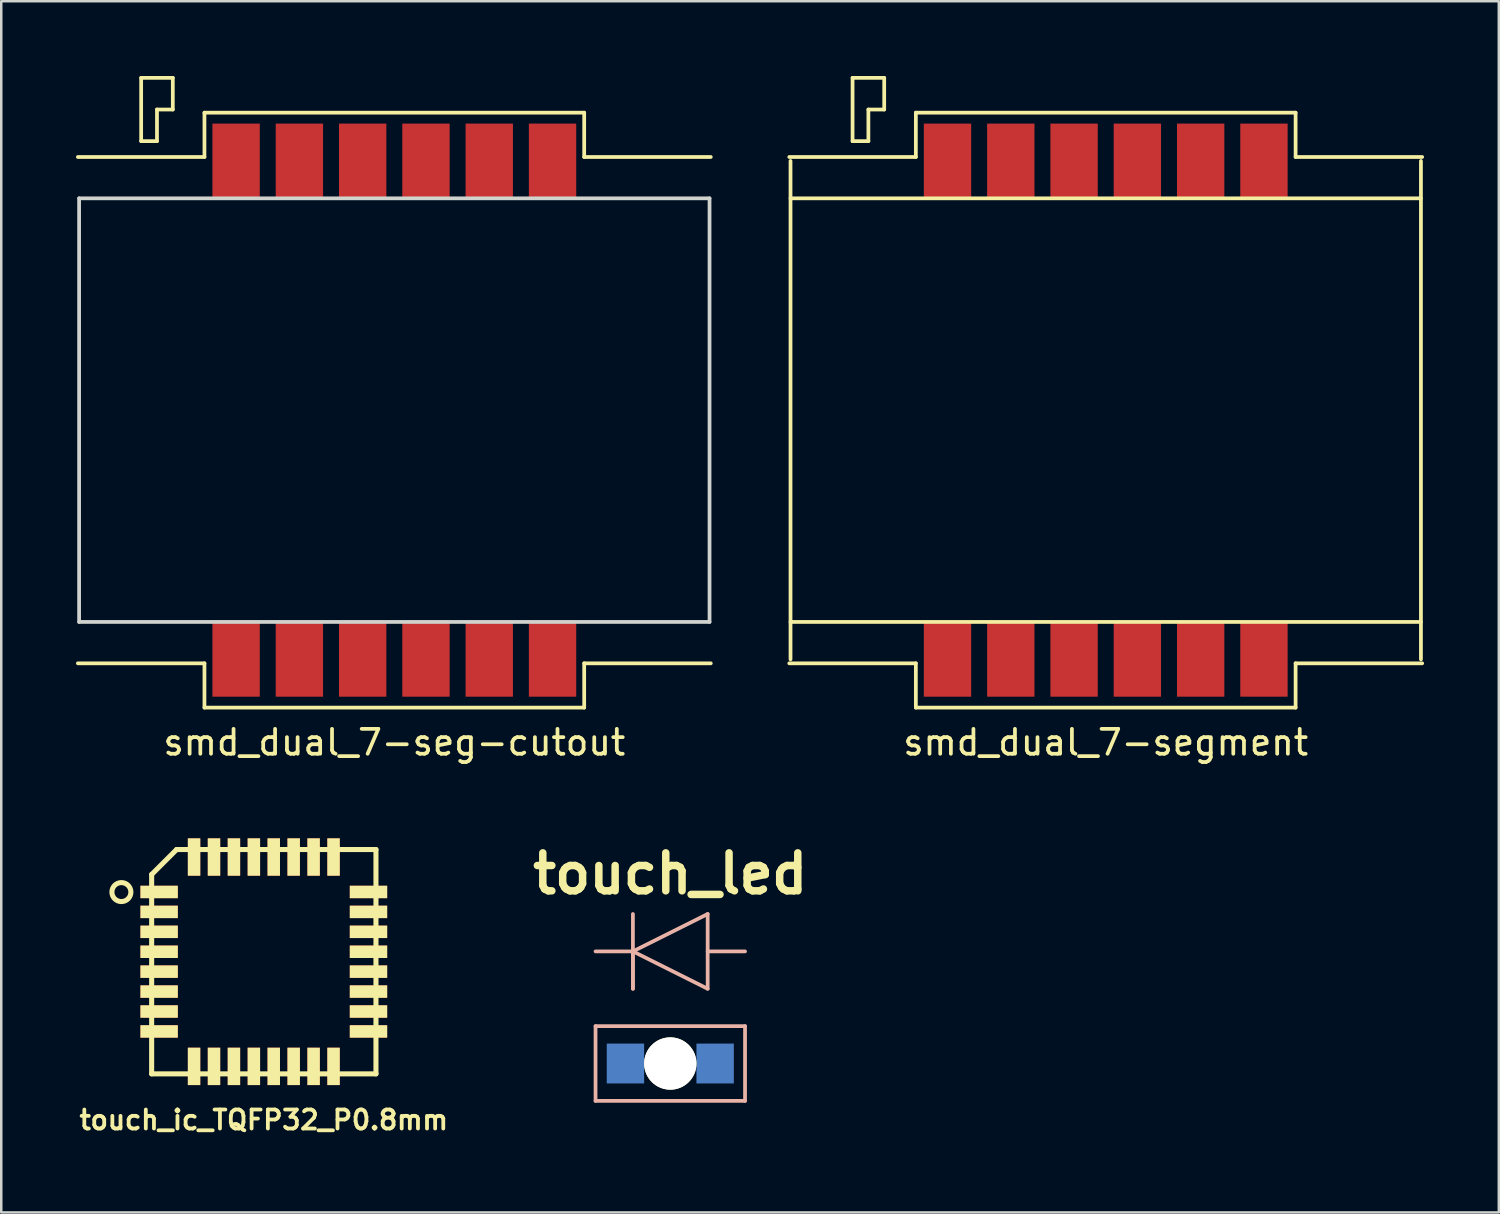
<source format=kicad_pcb>
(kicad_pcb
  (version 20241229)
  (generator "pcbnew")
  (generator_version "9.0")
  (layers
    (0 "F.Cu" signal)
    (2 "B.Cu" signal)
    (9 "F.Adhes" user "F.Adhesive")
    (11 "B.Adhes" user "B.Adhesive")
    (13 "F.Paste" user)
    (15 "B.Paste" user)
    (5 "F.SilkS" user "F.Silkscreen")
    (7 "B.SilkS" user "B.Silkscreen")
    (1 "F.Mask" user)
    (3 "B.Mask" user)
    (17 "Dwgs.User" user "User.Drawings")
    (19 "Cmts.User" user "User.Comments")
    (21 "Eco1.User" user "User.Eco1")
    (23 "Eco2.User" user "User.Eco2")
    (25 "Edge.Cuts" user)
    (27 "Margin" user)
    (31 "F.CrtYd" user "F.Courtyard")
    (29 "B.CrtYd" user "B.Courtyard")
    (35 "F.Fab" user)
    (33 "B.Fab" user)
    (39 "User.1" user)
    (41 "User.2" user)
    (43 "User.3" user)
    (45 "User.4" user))
  (footprint "smd_dual_7-segment"
    (layer "F.Cu")
    (at 41.325 13.41)
    (property "Reference" "smd_dual_7-segment" (at 0 13.335 0) (layer "F.SilkS") (effects (font (size 1 1) (thickness 0.15))))
    (attr through_hole)
    (fp_line (start -12.7 -10.16) (end -7.62 -10.16) (stroke (width 0.15) (type solid)) (layer "F.SilkS"))
    (fp_line (start -12.7 10.16) (end -7.62 10.16) (stroke (width 0.15) (type solid)) (layer "F.SilkS"))
    (fp_line (start -12.65 -10) (end -12.65 10) (stroke (width 0.15) (type solid)) (layer "F.SilkS"))
    (fp_line (start -10.16 -13.335) (end -8.89 -13.335) (stroke (width 0.15) (type solid)) (layer "F.SilkS"))
    (fp_line (start -10.16 -10.795) (end -10.16 -13.335) (stroke (width 0.15) (type solid)) (layer "F.SilkS"))
    (fp_line (start -9.525 -12.065) (end -9.525 -10.795) (stroke (width 0.15) (type solid)) (layer "F.SilkS"))
    (fp_line (start -9.525 -10.795) (end -10.16 -10.795) (stroke (width 0.15) (type solid)) (layer "F.SilkS"))
    (fp_line (start -8.89 -13.335) (end -8.89 -12.065) (stroke (width 0.15) (type solid)) (layer "F.SilkS"))
    (fp_line (start -8.89 -12.065) (end -9.525 -12.065) (stroke (width 0.15) (type solid)) (layer "F.SilkS"))
    (fp_line (start -7.62 -11.938) (end 7.62 -11.938) (stroke (width 0.15) (type solid)) (layer "F.SilkS"))
    (fp_line (start -7.62 -10.16) (end -7.62 -11.938) (stroke (width 0.15) (type solid)) (layer "F.SilkS"))
    (fp_line (start -7.62 10.16) (end -7.62 11.938) (stroke (width 0.15) (type solid)) (layer "F.SilkS"))
    (fp_line (start -7.62 11.938) (end 7.62 11.938) (stroke (width 0.15) (type solid)) (layer "F.SilkS"))
    (fp_line (start 7.62 -11.938) (end 7.62 -10.16) (stroke (width 0.15) (type solid)) (layer "F.SilkS"))
    (fp_line (start 7.62 -10.16) (end 12.7 -10.16) (stroke (width 0.15) (type solid)) (layer "F.SilkS"))
    (fp_line (start 7.62 10.16) (end 12.7 10.16) (stroke (width 0.15) (type solid)) (layer "F.SilkS"))
    (fp_line (start 7.62 11.938) (end 7.62 10.16) (stroke (width 0.15) (type solid)) (layer "F.SilkS"))
    (fp_line (start 12.65 -8.5) (end -12.65 -8.5) (stroke (width 0.15) (type solid)) (layer "F.SilkS"))
    (fp_line (start 12.65 8.5) (end -12.65 8.5) (stroke (width 0.15) (type solid)) (layer "F.SilkS"))
    (fp_line (start 12.65 10) (end 12.65 -10) (stroke (width 0.15) (type solid)) (layer "F.SilkS"))
    (pad "1" smd rect (at -6.35 -10) (size 1.9 3) (layers "F.Cu" "F.Mask" "F.Paste"))
    (pad "2" smd rect (at -3.81 -10) (size 1.9 3) (layers "F.Cu" "F.Mask" "F.Paste"))
    (pad "3" smd rect (at -1.27 -10) (size 1.9 3) (layers "F.Cu" "F.Mask" "F.Paste"))
    (pad "4" smd rect (at 1.27 -10) (size 1.9 3) (layers "F.Cu" "F.Mask" "F.Paste"))
    (pad "5" smd rect (at 3.81 -10) (size 1.9 3) (layers "F.Cu" "F.Mask" "F.Paste"))
    (pad "6" smd rect (at 6.35 -10) (size 1.9 3) (layers "F.Cu" "F.Mask" "F.Paste"))
    (pad "7" smd rect (at 6.35 10) (size 1.9 3) (layers "F.Cu" "F.Mask" "F.Paste"))
    (pad "8" smd rect (at 3.81 10) (size 1.9 3) (layers "F.Cu" "F.Mask" "F.Paste"))
    (pad "9" smd rect (at 1.27 10) (size 1.9 3) (layers "F.Cu" "F.Mask" "F.Paste"))
    (pad "10" smd rect (at -1.27 10) (size 1.9 3) (layers "F.Cu" "F.Mask" "F.Paste"))
    (pad "11" smd rect (at -3.81 10) (size 1.9 3) (layers "F.Cu" "F.Mask" "F.Paste"))
    (pad "12" smd rect (at -6.35 10) (size 1.9 3) (layers "F.Cu" "F.Mask" "F.Paste")))
  (footprint "smd_dual_7-seg-cutout"
    (layer "F.Cu")
    (at 12.775 13.41)
    (property "Reference" "smd_dual_7-seg-cutout" (at 0 13.335 0) (layer "F.SilkS") (effects (font (size 1 1) (thickness 0.15))))
    (attr through_hole)
    (fp_line (start -12.7 -10.16) (end -7.62 -10.16) (stroke (width 0.15) (type solid)) (layer "F.SilkS"))
    (fp_line (start -12.7 10.16) (end -7.62 10.16) (stroke (width 0.15) (type solid)) (layer "F.SilkS"))
    (fp_line (start -10.16 -13.335) (end -8.89 -13.335) (stroke (width 0.15) (type solid)) (layer "F.SilkS"))
    (fp_line (start -10.16 -10.795) (end -10.16 -13.335) (stroke (width 0.15) (type solid)) (layer "F.SilkS"))
    (fp_line (start -9.525 -12.065) (end -9.525 -10.795) (stroke (width 0.15) (type solid)) (layer "F.SilkS"))
    (fp_line (start -9.525 -10.795) (end -10.16 -10.795) (stroke (width 0.15) (type solid)) (layer "F.SilkS"))
    (fp_line (start -8.89 -13.335) (end -8.89 -12.065) (stroke (width 0.15) (type solid)) (layer "F.SilkS"))
    (fp_line (start -8.89 -12.065) (end -9.525 -12.065) (stroke (width 0.15) (type solid)) (layer "F.SilkS"))
    (fp_line (start -7.62 -11.938) (end 7.62 -11.938) (stroke (width 0.15) (type solid)) (layer "F.SilkS"))
    (fp_line (start -7.62 -10.16) (end -7.62 -11.938) (stroke (width 0.15) (type solid)) (layer "F.SilkS"))
    (fp_line (start -7.62 10.16) (end -7.62 11.938) (stroke (width 0.15) (type solid)) (layer "F.SilkS"))
    (fp_line (start -7.62 11.938) (end 7.62 11.938) (stroke (width 0.15) (type solid)) (layer "F.SilkS"))
    (fp_line (start 7.62 -11.938) (end 7.62 -10.16) (stroke (width 0.15) (type solid)) (layer "F.SilkS"))
    (fp_line (start 7.62 -10.16) (end 12.7 -10.16) (stroke (width 0.15) (type solid)) (layer "F.SilkS"))
    (fp_line (start 7.62 10.16) (end 12.7 10.16) (stroke (width 0.15) (type solid)) (layer "F.SilkS"))
    (fp_line (start 7.62 11.938) (end 7.62 10.16) (stroke (width 0.15) (type solid)) (layer "F.SilkS"))
    (fp_line (start -12.65 -8.5) (end -12.65 8.5) (stroke (width 0.15) (type solid)) (layer "Edge.Cuts"))
    (fp_line (start 12.65 -8.5) (end -12.65 -8.5) (stroke (width 0.15) (type solid)) (layer "Edge.Cuts"))
    (fp_line (start 12.65 8.5) (end -12.65 8.5) (stroke (width 0.15) (type solid)) (layer "Edge.Cuts"))
    (fp_line (start 12.65 8.5) (end 12.65 -8.5) (stroke (width 0.15) (type solid)) (layer "Edge.Cuts"))
    (pad "1" smd rect (at -6.35 -10) (size 1.9 3) (layers "F.Cu" "F.Mask" "F.Paste"))
    (pad "2" smd rect (at -3.81 -10) (size 1.9 3) (layers "F.Cu" "F.Mask" "F.Paste"))
    (pad "3" smd rect (at -1.27 -10) (size 1.9 3) (layers "F.Cu" "F.Mask" "F.Paste"))
    (pad "4" smd rect (at 1.27 -10) (size 1.9 3) (layers "F.Cu" "F.Mask" "F.Paste"))
    (pad "5" smd rect (at 3.81 -10) (size 1.9 3) (layers "F.Cu" "F.Mask" "F.Paste"))
    (pad "6" smd rect (at 6.35 -10) (size 1.9 3) (layers "F.Cu" "F.Mask" "F.Paste"))
    (pad "7" smd rect (at 6.35 10) (size 1.9 3) (layers "F.Cu" "F.Mask" "F.Paste"))
    (pad "8" smd rect (at 3.81 10) (size 1.9 3) (layers "F.Cu" "F.Mask" "F.Paste"))
    (pad "9" smd rect (at 1.27 10) (size 1.9 3) (layers "F.Cu" "F.Mask" "F.Paste"))
    (pad "10" smd rect (at -1.27 10) (size 1.9 3) (layers "F.Cu" "F.Mask" "F.Paste"))
    (pad "11" smd rect (at -3.81 10) (size 1.9 3) (layers "F.Cu" "F.Mask" "F.Paste"))
    (pad "12" smd rect (at -6.35 10) (size 1.9 3) (layers "F.Cu" "F.Mask" "F.Paste")))
  (footprint "touch_ic_TQFP32_P0.8mm"
    (layer "F.Cu")
    (at 7.537 35.545)
    (property "Reference" "touch_ic_TQFP32_P0.8mm" (at 0 6.35 0) (layer "F.SilkS") (effects (font (size 0.762 0.762) (thickness 0.152))))
    (attr through_hole)
    (fp_line (start -4.501 -3.5) (end -3.5 -4.501) (stroke (width 0.203) (type solid)) (layer "F.SilkS"))
    (fp_line (start -4.501 4.501) (end -4.501 -3.5) (stroke (width 0.203) (type solid)) (layer "F.SilkS"))
    (fp_line (start -3.5 -4.501) (end 4.501 -4.501) (stroke (width 0.203) (type solid)) (layer "F.SilkS"))
    (fp_line (start 4.501 -4.501) (end 4.501 4.501) (stroke (width 0.203) (type solid)) (layer "F.SilkS"))
    (fp_line (start 4.501 4.501) (end -4.501 4.501) (stroke (width 0.203) (type solid)) (layer "F.SilkS"))
    (fp_circle (center -5.715 -2.794) (end -5.334 -2.794) (stroke (width 0.203) (type solid)) (fill no) (layer "F.SilkS"))
    (pad "1" smd rect (at -4.201 -2.799) (size 1.501 0.5) (layers "F.Cu" "F.Mask" "F.SilkS" "F.Paste"))
    (pad "2" smd rect (at -4.201 -1.999) (size 1.501 0.5) (layers "F.Cu" "F.Mask" "F.SilkS" "F.Paste"))
    (pad "3" smd rect (at -4.201 -1.199) (size 1.501 0.5) (layers "F.Cu" "F.Mask" "F.SilkS" "F.Paste"))
    (pad "4" smd rect (at -4.201 -0.399) (size 1.501 0.5) (layers "F.Cu" "F.Mask" "F.SilkS" "F.Paste"))
    (pad "5" smd rect (at -4.201 0.399) (size 1.501 0.5) (layers "F.Cu" "F.Mask" "F.SilkS" "F.Paste"))
    (pad "6" smd rect (at -4.201 1.199) (size 1.501 0.5) (layers "F.Cu" "F.Mask" "F.SilkS" "F.Paste"))
    (pad "7" smd rect (at -4.201 1.999) (size 1.501 0.5) (layers "F.Cu" "F.Mask" "F.SilkS" "F.Paste"))
    (pad "8" smd rect (at -4.201 2.799) (size 1.501 0.5) (layers "F.Cu" "F.Mask" "F.SilkS" "F.Paste"))
    (pad "9" smd rect (at -2.799 4.201 90) (size 1.501 0.5) (layers "F.Cu" "F.Mask" "F.SilkS" "F.Paste"))
    (pad "10" smd rect (at -1.999 4.201 90) (size 1.501 0.5) (layers "F.Cu" "F.Mask" "F.SilkS" "F.Paste"))
    (pad "11" smd rect (at -1.199 4.201 90) (size 1.501 0.5) (layers "F.Cu" "F.Mask" "F.SilkS" "F.Paste"))
    (pad "12" smd rect (at -0.399 4.201 90) (size 1.501 0.5) (layers "F.Cu" "F.Mask" "F.SilkS" "F.Paste"))
    (pad "13" smd rect (at 0.399 4.201 90) (size 1.501 0.5) (layers "F.Cu" "F.Mask" "F.SilkS" "F.Paste"))
    (pad "14" smd rect (at 1.199 4.201 90) (size 1.501 0.5) (layers "F.Cu" "F.Mask" "F.SilkS" "F.Paste"))
    (pad "15" smd rect (at 1.999 4.201 90) (size 1.501 0.5) (layers "F.Cu" "F.Mask" "F.SilkS" "F.Paste"))
    (pad "16" smd rect (at 2.799 4.201 90) (size 1.501 0.5) (layers "F.Cu" "F.Mask" "F.SilkS" "F.Paste"))
    (pad "17" smd rect (at 4.201 2.799 180) (size 1.501 0.5) (layers "F.Cu" "F.Mask" "F.SilkS" "F.Paste"))
    (pad "18" smd rect (at 4.201 1.999 180) (size 1.501 0.5) (layers "F.Cu" "F.Mask" "F.SilkS" "F.Paste"))
    (pad "19" smd rect (at 4.201 1.199 180) (size 1.501 0.5) (layers "F.Cu" "F.Mask" "F.SilkS" "F.Paste"))
    (pad "20" smd rect (at 4.201 0.399 180) (size 1.501 0.5) (layers "F.Cu" "F.Mask" "F.SilkS" "F.Paste"))
    (pad "21" smd rect (at 4.201 -0.399 180) (size 1.501 0.5) (layers "F.Cu" "F.Mask" "F.SilkS" "F.Paste"))
    (pad "22" smd rect (at 4.201 -1.199 180) (size 1.501 0.5) (layers "F.Cu" "F.Mask" "F.SilkS" "F.Paste"))
    (pad "23" smd rect (at 4.201 -1.999 180) (size 1.501 0.5) (layers "F.Cu" "F.Mask" "F.SilkS" "F.Paste"))
    (pad "24" smd rect (at 4.201 -2.799 180) (size 1.501 0.5) (layers "F.Cu" "F.Mask" "F.SilkS" "F.Paste"))
    (pad "25" smd rect (at 2.799 -4.201 270) (size 1.501 0.5) (layers "F.Cu" "F.Mask" "F.SilkS" "F.Paste"))
    (pad "26" smd rect (at 1.999 -4.201 270) (size 1.501 0.5) (layers "F.Cu" "F.Mask" "F.SilkS" "F.Paste"))
    (pad "27" smd rect (at 1.199 -4.201 270) (size 1.501 0.5) (layers "F.Cu" "F.Mask" "F.SilkS" "F.Paste"))
    (pad "28" smd rect (at 0.399 -4.201 270) (size 1.501 0.5) (layers "F.Cu" "F.Mask" "F.SilkS" "F.Paste"))
    (pad "29" smd rect (at -0.399 -4.201 270) (size 1.501 0.5) (layers "F.Cu" "F.Mask" "F.SilkS" "F.Paste"))
    (pad "30" smd rect (at -1.199 -4.201 270) (size 1.501 0.5) (layers "F.Cu" "F.Mask" "F.SilkS" "F.Paste"))
    (pad "31" smd rect (at -1.999 -4.201 270) (size 1.501 0.5) (layers "F.Cu" "F.Mask" "F.SilkS" "F.Paste"))
    (pad "32" smd rect (at -2.799 -4.201 270) (size 1.501 0.5) (layers "F.Cu" "F.Mask" "F.SilkS" "F.Paste")))
  (footprint "touch_led"
    (layer "F.Cu")
    (at 23.85 39.631)
    (property "Reference" "touch_led" (at 0 -7.62 0) (layer "F.SilkS") (effects (font (size 1.524 1.524) (thickness 0.3))))
    (attr through_hole)
    (fp_line (start -3 -1.5) (end 3 -1.5) (stroke (width 0.15) (type solid)) (layer "B.SilkS"))
    (fp_line (start -3 1.5) (end -3 -1.5) (stroke (width 0.15) (type solid)) (layer "B.SilkS"))
    (fp_line (start -1.5 -6) (end -1.5 -3) (stroke (width 0.15) (type solid)) (layer "B.SilkS"))
    (fp_line (start -1.5 -4.5) (end -3 -4.5) (stroke (width 0.15) (type solid)) (layer "B.SilkS"))
    (fp_line (start -1.5 -4.5) (end 1.5 -6) (stroke (width 0.15) (type solid)) (layer "B.SilkS"))
    (fp_line (start -1.5 -3) (end -1.5 -4.5) (stroke (width 0.15) (type solid)) (layer "B.SilkS"))
    (fp_line (start 1.5 -6) (end 1.5 -3) (stroke (width 0.15) (type solid)) (layer "B.SilkS"))
    (fp_line (start 1.5 -4.5) (end 3 -4.5) (stroke (width 0.15) (type solid)) (layer "B.SilkS"))
    (fp_line (start 1.5 -3) (end -1.5 -4.5) (stroke (width 0.15) (type solid)) (layer "B.SilkS"))
    (fp_line (start 3 -1.5) (end 3 1.5) (stroke (width 0.15) (type solid)) (layer "B.SilkS"))
    (fp_line (start 3 1.5) (end -3 1.5) (stroke (width 0.15) (type solid)) (layer "B.SilkS"))
    (pad "" np_thru_hole circle (at 0 0) (size 2.1 2.1) (drill 2.1) (layers "*.Cu" "*.Mask" "F.SilkS"))
    (pad "1" smd rect (at -1.8 0) (size 1.5 1.6) (layers "B.Cu" "B.Mask" "B.Paste"))
    (pad "2" smd rect (at 1.8 0) (size 1.5 1.6) (layers "B.Cu" "B.Mask" "B.Paste")))
  (gr_rect
    (start -3 -3)
    (end 57.1 45.608)
    (stroke (width 0.1) (type default))
    (fill no)
    (layer "Edge.Cuts")))
</source>
